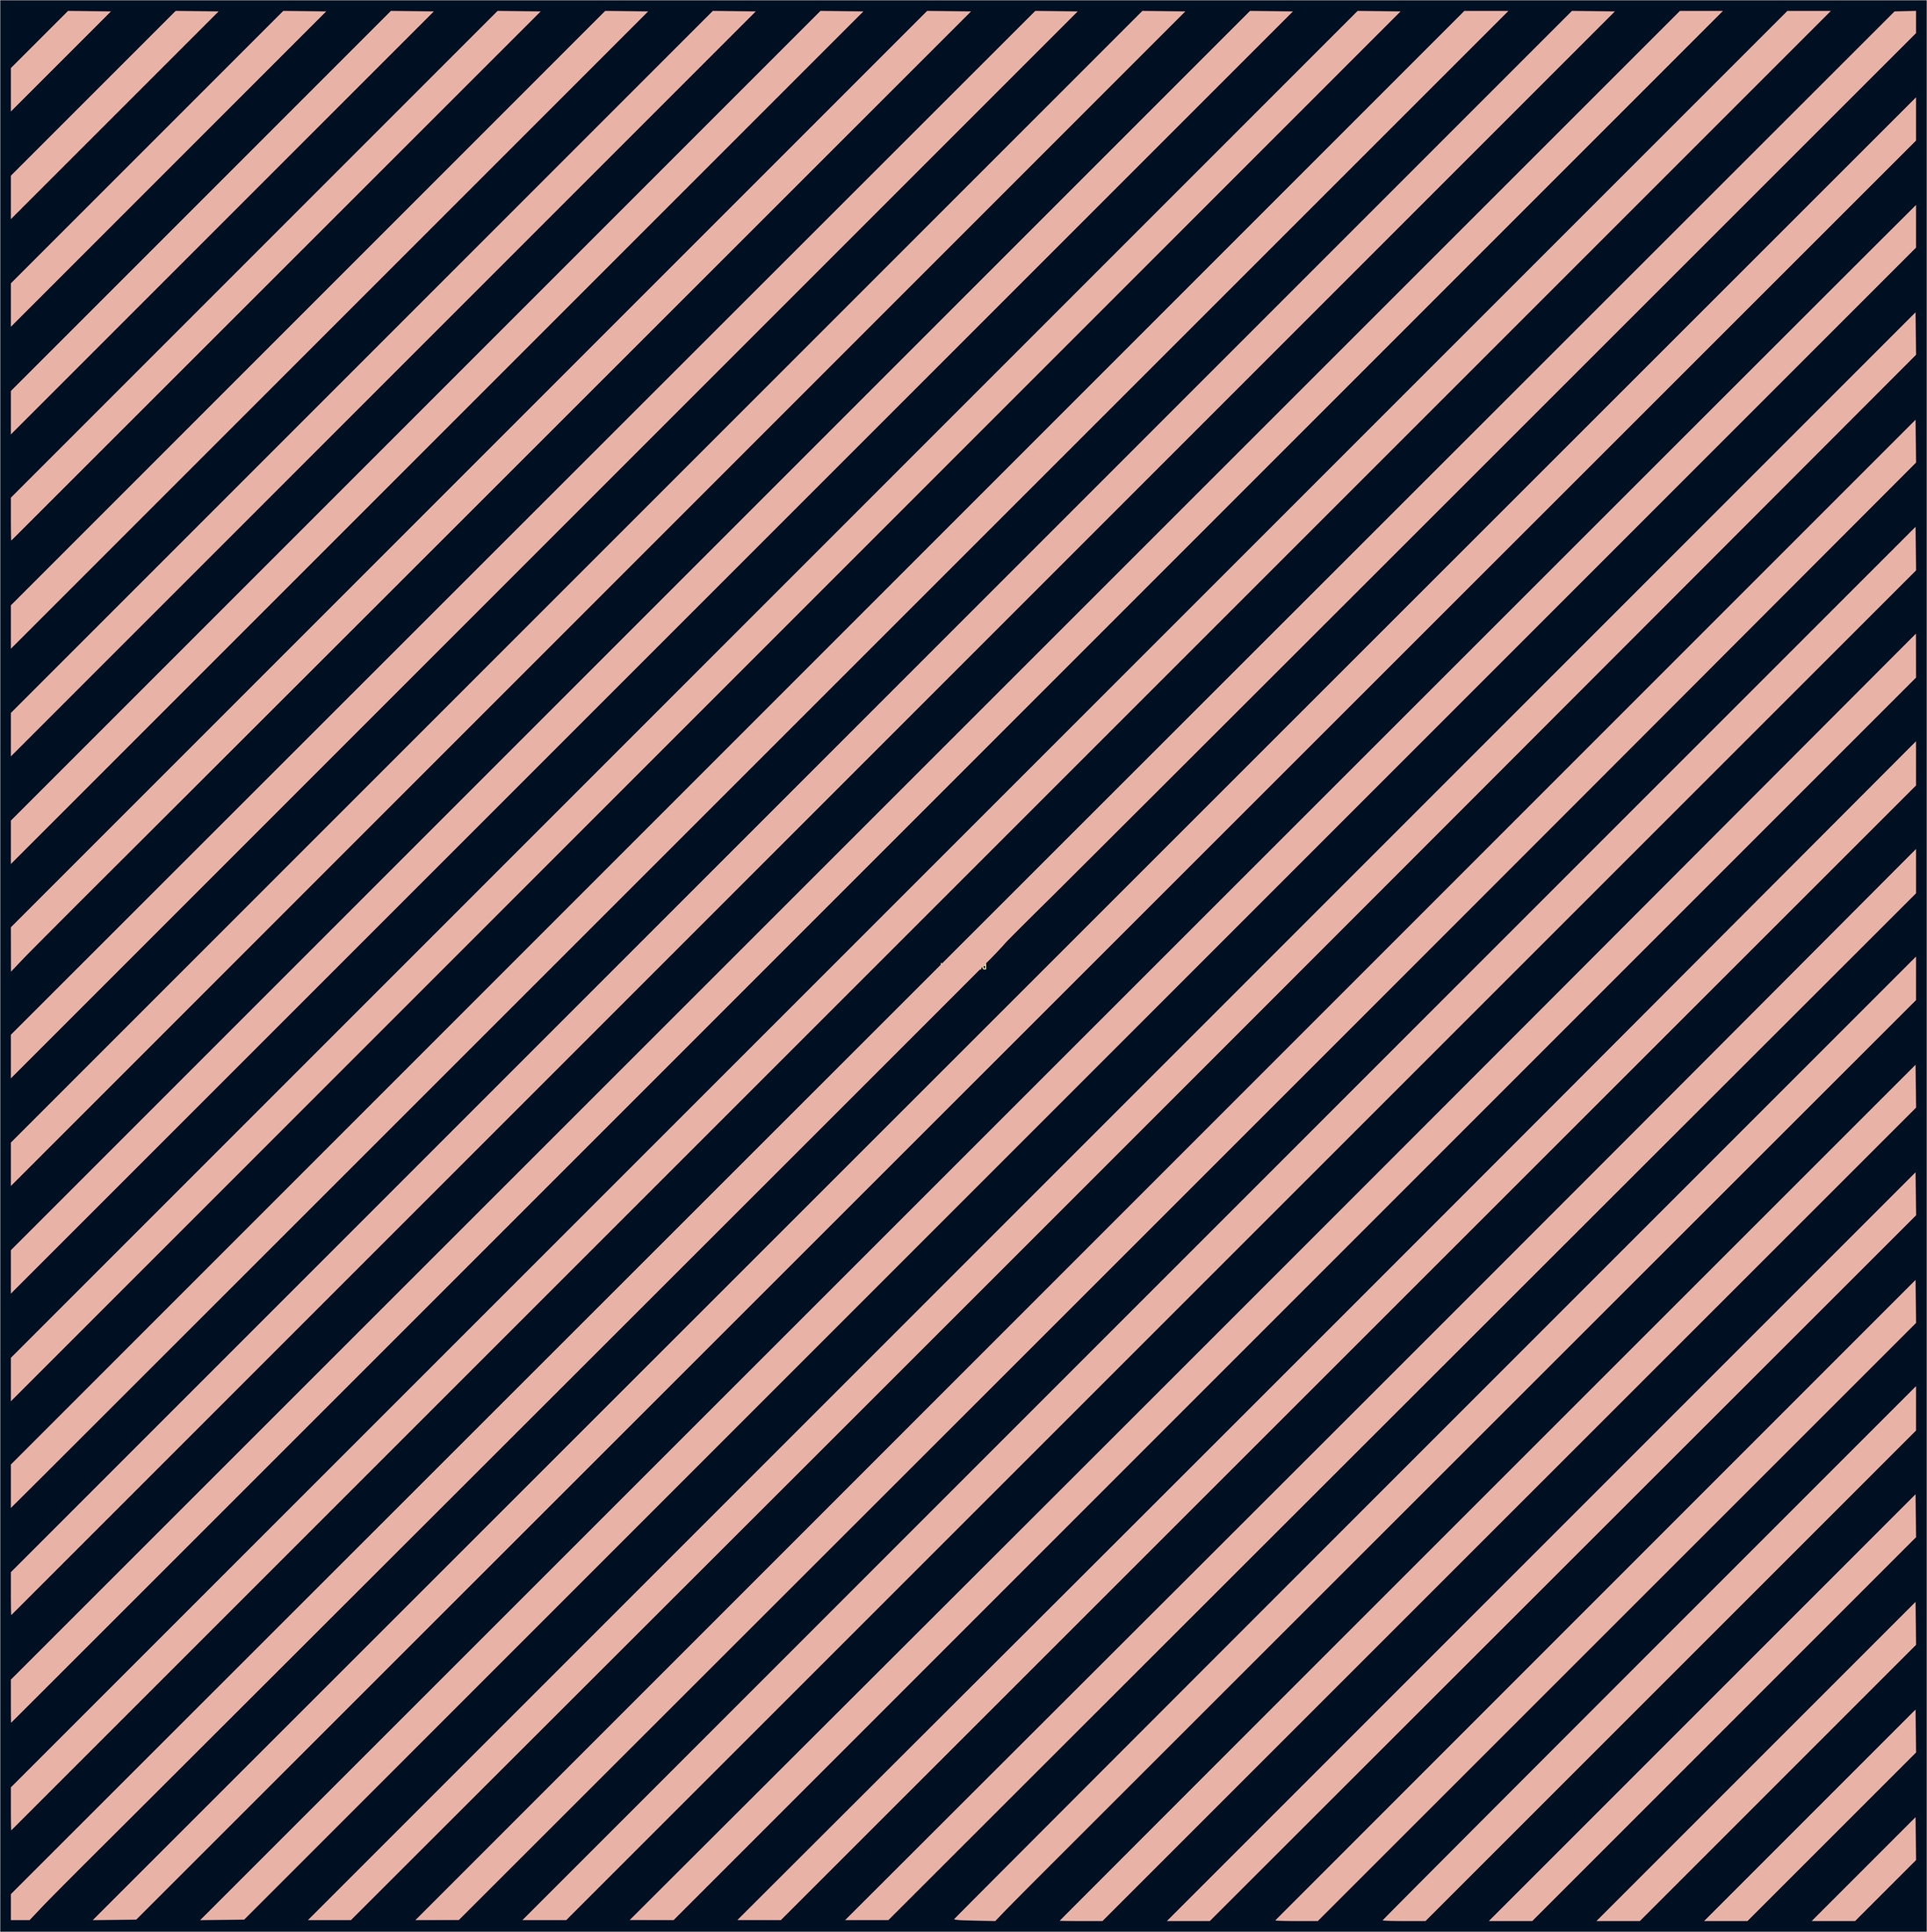
<source format=kicad_pcb>
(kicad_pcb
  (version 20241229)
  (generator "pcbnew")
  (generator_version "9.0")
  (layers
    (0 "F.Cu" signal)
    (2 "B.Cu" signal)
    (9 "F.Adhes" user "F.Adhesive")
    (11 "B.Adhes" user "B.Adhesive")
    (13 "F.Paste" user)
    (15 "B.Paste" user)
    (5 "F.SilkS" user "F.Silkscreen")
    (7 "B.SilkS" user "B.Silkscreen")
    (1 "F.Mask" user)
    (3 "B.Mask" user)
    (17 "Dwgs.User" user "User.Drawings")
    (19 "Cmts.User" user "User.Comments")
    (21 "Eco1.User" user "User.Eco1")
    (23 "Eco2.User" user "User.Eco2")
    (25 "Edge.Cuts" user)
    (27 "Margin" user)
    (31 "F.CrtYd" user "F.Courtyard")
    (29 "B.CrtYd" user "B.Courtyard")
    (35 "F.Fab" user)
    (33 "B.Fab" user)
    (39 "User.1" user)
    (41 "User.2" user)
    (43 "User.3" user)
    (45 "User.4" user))
  (footprint "background"
    (layer "F.Cu")
    (at 266.965 267.775)
    (property "Reference" "background" (at 0 0 0) (layer "F.SilkS") (effects (font (size 1.524 1.524) (thickness 0.3))))
    (attr board_only exclude_from_pos_files exclude_from_bom)
    (fp_poly (pts (xy 266.98 -110.993) (xy 77.833 78.118) (xy -111.315 267.229) (xy -123.601 267.229) (xy 266.832 -123.196)) (stroke (width 0) (type solid)) (fill yes) (layer "B.SilkS"))
    (fp_poly (pts (xy -178.593 -267.626) (xy -222.779 -223.441) (xy -266.965 -179.256) (xy -266.965 -191.427) (xy -228.793 -229.598) (xy -190.621 -267.769)) (stroke (width 0) (type solid)) (fill yes) (layer "B.SilkS"))
    (fp_poly (pts (xy -94.384 -267.697) (xy -88.37 -267.626) (xy -266.965 -89.033) (xy -266.965 -101.203) (xy -183.682 -184.486) (xy -100.399 -267.769)) (stroke (width 0) (type solid)) (fill yes) (layer "B.SilkS"))
    (fp_poly (pts (xy 32.015 -267.626) (xy -117.475 -118.137) (xy -266.965 31.353) (xy -266.965 19.133) (xy -123.415 -124.318) (xy 20.134 -267.768)) (stroke (width 0) (type solid)) (fill yes) (layer "B.SilkS"))
    (fp_poly (pts (xy 266.975 159.93) (xy 213.193 213.712) (xy 159.412 267.494) (xy 147.241 267.494) (xy 207.037 207.697) (xy 266.832 147.901)) (stroke (width 0) (type solid)) (fill yes) (layer "B.SilkS"))
    (fp_poly (pts (xy -244.93 -267.697) (xy -238.916 -267.626) (xy -252.94 -253.604) (xy -266.965 -239.582) (xy -266.965 -251.754) (xy -258.954 -259.761) (xy -250.944 -267.769)) (stroke (width 0) (type solid)) (fill yes) (layer "B.SilkS"))
    (fp_poly (pts (xy -214.769 -267.697) (xy -208.755 -267.626) (xy -237.86 -238.522) (xy -266.965 -209.419) (xy -266.965 -221.59) (xy -243.874 -244.679) (xy -220.783 -267.769)) (stroke (width 0) (type solid)) (fill yes) (layer "B.SilkS"))
    (fp_poly (pts (xy -154.445 -267.697) (xy -148.43 -267.626) (xy -207.697 -208.36) (xy -266.965 -149.093) (xy -266.965 -161.264) (xy -213.712 -214.516) (xy -160.459 -267.769)) (stroke (width 0) (type solid)) (fill yes) (layer "B.SilkS"))
    (fp_poly (pts (xy -64.222 -267.697) (xy -58.208 -267.626) (xy -162.586 -163.248) (xy -266.965 -58.87) (xy -266.965 -71.041) (xy -168.6 -169.405) (xy -70.236 -267.769)) (stroke (width 0) (type solid)) (fill yes) (layer "B.SilkS"))
    (fp_poly (pts (xy -34.059 -267.697) (xy -28.045 -267.626) (xy -147.505 -148.167) (xy -266.965 -28.708) (xy -266.965 -40.878) (xy -153.519 -154.323) (xy -40.074 -267.769)) (stroke (width 0) (type solid)) (fill yes) (layer "B.SilkS"))
    (fp_poly (pts (xy 56.163 -267.697) (xy 62.178 -267.626) (xy -102.393 -103.055) (xy -266.965 61.515) (xy -266.965 49.345) (xy -108.408 -109.212) (xy 50.149 -267.769)) (stroke (width 0) (type solid)) (fill yes) (layer "B.SilkS"))
    (fp_poly (pts (xy 86.327 -267.697) (xy 92.34 -267.626) (xy -87.312 -87.974) (xy -266.965 91.678) (xy -266.965 79.506) (xy -93.326 -94.131) (xy 80.313 -267.769)) (stroke (width 0) (type solid)) (fill yes) (layer "B.SilkS"))
    (fp_poly (pts (xy 116.488 -267.697) (xy 122.503 -267.626) (xy -72.231 -72.893) (xy -266.965 121.84) (xy -266.965 109.67) (xy -78.245 -79.049) (xy 110.474 -267.769)) (stroke (width 0) (type solid)) (fill yes) (layer "B.SilkS"))
    (fp_poly (pts (xy 266.904 244.399) (xy 266.975 250.41) (xy 258.432 258.952) (xy 249.889 267.494) (xy 237.73 267.494) (xy 252.281 252.94) (xy 266.832 238.387)) (stroke (width 0) (type solid)) (fill yes) (layer "B.SilkS"))
    (fp_poly (pts (xy 266.904 184.079) (xy 266.975 190.094) (xy 228.272 228.794) (xy 189.57 267.494) (xy 177.404 267.494) (xy 222.118 222.779) (xy 266.832 178.063)) (stroke (width 0) (type solid)) (fill yes) (layer "B.SilkS"))
    (fp_poly (pts (xy 266.904 214.242) (xy 266.975 220.259) (xy 243.351 243.876) (xy 219.727 267.494) (xy 207.567 267.494) (xy 237.199 237.86) (xy 266.832 208.226)) (stroke (width 0) (type solid)) (fill yes) (layer "B.SilkS"))
    (fp_poly (pts (xy 266.912 63.698) (xy 266.991 69.718) (xy 168.018 168.606) (xy 69.045 267.494) (xy 57.018 267.494) (xy 161.925 162.586) (xy 266.832 57.678)) (stroke (width 0) (type solid)) (fill yes) (layer "B.SilkS"))
    (fp_poly (pts (xy 266.965 -80.944) (xy 92.868 93.142) (xy -81.228 267.229) (xy -93.53 267.205) (xy -2.514 176.362) (xy 4.294 169.567) (xy 11.431 162.44) (xy 18.867 155.014) (xy 26.568 147.322) (xy 34.502 139.395) (xy 42.636 131.268) (xy 50.938 122.971) (xy 59.375 114.538) (xy 67.915 106.002) (xy 76.524 97.395) (xy 85.171 88.749) (xy 93.822 80.097) (xy 102.446 71.472) (xy 111.01 62.906) (xy 119.48 54.432) (xy 127.825 46.083) (xy 136.012 37.89) (xy 144.008 29.887) (xy 151.78 22.107) (xy 159.297 14.581) (xy 166.526 7.342) (xy 173.433 0.424) (xy 177.722 -3.874) (xy 266.941 -93.266)) (stroke (width 0) (type solid)) (fill yes) (layer "B.SilkS"))
    (fp_poly (pts (xy 266.96 -56.914) (xy 266.965 -50.725) (xy -51.171 267.229) (xy -57.269 267.224) (xy -63.368 267.219) (xy 22.55 181.481) (xy 29.101 174.943) (xy 35.949 168.107) (xy 43.064 161.002) (xy 50.414 153.661) (xy 57.966 146.117) (xy 65.69 138.4) (xy 73.553 130.542) (xy 81.524 122.576) (xy 89.571 114.532) (xy 97.661 106.443) (xy 105.765 98.341) (xy 113.848 90.257) (xy 121.88 82.223) (xy 129.83 74.271) (xy 137.664 66.432) (xy 145.352 58.739) (xy 152.862 51.223) (xy 160.161 43.915) (xy 167.219 36.849) (xy 174.003 30.054) (xy 180.482 23.564) (xy 186.623 17.41) (xy 187.712 16.32) (xy 266.955 -63.103)) (stroke (width 0) (type solid)) (fill yes) (layer "B.SilkS"))
    (fp_poly (pts (xy 266.903 -177.356) (xy 266.975 -171.406) (xy 159.395 -63.69) (xy 152.158 -56.445) (xy 144.576 -48.854) (xy 136.676 -40.948) (xy 128.49 -32.755) (xy 120.044 -24.303) (xy 111.368 -15.623) (xy 102.491 -6.741) (xy 93.442 2.311) (xy 84.25 11.506) (xy 74.943 20.815) (xy 65.551 30.209) (xy 56.102 39.658) (xy 46.626 49.135) (xy 37.151 58.609) (xy 27.706 68.053) (xy 18.32 77.437) (xy 9.022 86.732) (xy -0.159 95.909) (xy -9.194 104.94) (xy -18.054 113.796) (xy -26.711 122.447) (xy -35.135 130.865) (xy -43.298 139.021) (xy -51.171 146.886) (xy -58.724 154.43) (xy -59.923 155.627) (xy -171.66 267.229) (xy -183.707 267.229) (xy 41.563 41.961) (xy 266.832 -183.307)) (stroke (width 0) (type solid)) (fill yes) (layer "B.SilkS"))
    (fp_poly (pts (xy 266.968 -26.709) (xy 266.971 -20.505) (xy 122.968 123.36) (xy -21.034 267.225) (xy -27.1 267.227) (xy -33.165 267.229) (xy 60.056 174.162) (xy 66.518 167.71) (xy 73.126 161.111) (xy 79.857 154.388) (xy 86.688 147.565) (xy 93.597 140.662) (xy 100.562 133.703) (xy 107.559 126.71) (xy 114.567 119.706) (xy 121.562 112.714) (xy 128.523 105.755) (xy 135.427 98.852) (xy 142.251 92.029) (xy 148.973 85.306) (xy 155.57 78.707) (xy 162.019 72.255) (xy 168.299 65.972) (xy 174.387 59.88) (xy 180.26 54.001) (xy 185.896 48.36) (xy 191.272 42.977) (xy 196.366 37.875) (xy 201.155 33.078) (xy 205.616 28.607) (xy 209.728 24.485) (xy 210.121 24.091) (xy 266.965 -32.914)) (stroke (width 0) (type solid)) (fill yes) (layer "B.SilkS"))
    (fp_poly (pts (xy 266.965 130.043) (xy 198.229 198.768) (xy 129.494 267.494) (xy 123.485 267.494) (xy 121.765 267.485) (xy 120.238 267.462) (xy 118.976 267.426) (xy 118.055 267.38) (xy 117.55 267.326) (xy 117.475 267.295) (xy 117.66 267.096) (xy 118.207 266.536) (xy 119.103 265.626) (xy 120.336 264.38) (xy 121.892 262.811) (xy 123.761 260.93) (xy 125.928 258.75) (xy 128.382 256.285) (xy 131.11 253.546) (xy 134.1 250.546) (xy 137.338 247.297) (xy 140.813 243.813) (xy 144.512 240.106) (xy 148.422 236.188) (xy 152.53 232.072) (xy 156.825 227.77) (xy 161.294 223.296) (xy 165.924 218.661) (xy 170.702 213.878) (xy 175.617 208.96) (xy 180.655 203.919) (xy 185.804 198.769) (xy 191.051 193.52) (xy 192.22 192.352) (xy 266.965 117.608)) (stroke (width 0) (type solid)) (fill yes) (layer "B.SilkS"))
    (fp_poly (pts (xy -124.523 -267.697) (xy -118.485 -267.626) (xy -192.608 -193.543) (xy -197.855 -188.299) (xy -203.006 -183.151) (xy -208.049 -178.11) (xy -212.972 -173.19) (xy -217.762 -168.402) (xy -222.407 -163.761) (xy -226.892 -159.278) (xy -231.208 -154.965) (xy -235.339 -150.836) (xy -239.274 -146.903) (xy -243.001 -143.179) (xy -246.506 -139.676) (xy -249.777 -136.407) (xy -252.802 -133.384) (xy -255.567 -130.62) (xy -258.061 -128.129) (xy -260.27 -125.921) (xy -262.182 -124.011) (xy -263.784 -122.41) (xy -265.064 -121.131) (xy -266.009 -120.186) (xy -266.607 -119.59) (xy -266.844 -119.353) (xy -266.848 -119.349) (xy -266.881 -119.569) (xy -266.911 -120.246) (xy -266.935 -121.308) (xy -266.953 -122.682) (xy -266.963 -124.296) (xy -266.965 -125.302) (xy -266.965 -131.366) (xy -198.763 -199.567) (xy -130.561 -267.769)) (stroke (width 0) (type solid)) (fill yes) (layer "B.SilkS"))
    (fp_poly (pts (xy 266.975 -141.202) (xy 192.317 -66.434) (xy 187.817 -61.927) (xy 182.96 -57.065) (xy 177.767 -51.866) (xy 172.254 -46.349) (xy 166.441 -40.531) (xy 160.345 -34.431) (xy 153.986 -28.068) (xy 147.381 -21.461) (xy 140.55 -14.626) (xy 133.51 -7.584) (xy 126.28 -0.353) (xy 118.879 7.05) (xy 111.325 14.605) (xy 103.636 22.294) (xy 95.831 30.1) (xy 87.928 38.002) (xy 79.946 45.983) (xy 71.903 54.025) (xy 63.818 62.108) (xy 55.709 70.215) (xy 47.595 78.327) (xy 39.493 86.426) (xy 31.423 94.493) (xy 23.402 102.509) (xy 15.45 110.457) (xy 7.585 118.318) (xy -0.175 126.073) (xy -7.812 133.704) (xy -11.88 137.769) (xy -141.42 267.204) (xy -147.505 267.217) (xy -153.59 267.229) (xy 56.621 57.017) (xy 266.832 -153.194)) (stroke (width 0) (type solid)) (fill yes) (layer "B.SilkS"))
    (fp_poly (pts (xy 266.905 93.863) (xy 266.977 99.88) (xy 183.145 183.687) (xy 99.313 267.494) (xy 93.268 267.494) (xy 91.557 267.486) (xy 90.05 267.462) (xy 88.817 267.427) (xy 87.931 267.381) (xy 87.462 267.328) (xy 87.409 267.295) (xy 87.606 267.097) (xy 88.166 266.536) (xy 89.077 265.624) (xy 90.328 264.373) (xy 91.907 262.793) (xy 93.803 260.896) (xy 96.004 258.694) (xy 98.499 256.198) (xy 101.277 253.42) (xy 104.325 250.37) (xy 107.633 247.062) (xy 111.188 243.505) (xy 114.98 239.712) (xy 118.998 235.694) (xy 123.228 231.463) (xy 127.661 227.029) (xy 132.284 222.405) (xy 137.086 217.602) (xy 142.056 212.632) (xy 147.182 207.505) (xy 152.453 202.233) (xy 157.857 196.829) (xy 163.383 191.303) (xy 169.018 185.666) (xy 174.753 179.931) (xy 177.213 177.471) (xy 266.832 87.845)) (stroke (width 0) (type solid)) (fill yes) (layer "B.SilkS"))
    (fp_poly (pts (xy 266.965 -231.429) (xy 17.567 17.834) (xy -231.831 267.097) (xy -244.019 267.239) (xy -66.116 89.407) (xy -57.452 80.746) (xy -48.713 72.01) (xy -39.912 63.213) (xy -31.064 54.368) (xy -22.181 45.489) (xy -13.278 36.589) (xy -4.367 27.682) (xy 4.537 18.781) (xy 13.421 9.901) (xy 22.271 1.054) (xy 31.074 -7.745) (xy 39.815 -16.484) (xy 48.483 -25.148) (xy 57.062 -33.724) (xy 65.54 -42.198) (xy 73.902 -50.557) (xy 82.135 -58.787) (xy 90.226 -66.875) (xy 98.161 -74.806) (xy 105.926 -82.569) (xy 113.508 -90.147) (xy 120.893 -97.53) (xy 128.067 -104.701) (xy 135.017 -111.649) (xy 141.73 -118.359) (xy 148.192 -124.818) (xy 154.388 -131.012) (xy 160.306 -136.928) (xy 165.932 -142.552) (xy 171.253 -147.87) (xy 176.254 -152.87) (xy 180.922 -157.536) (xy 185.244 -161.856) (xy 189.206 -165.817) (xy 189.376 -165.987) (xy 266.965 -243.548)) (stroke (width 0) (type solid)) (fill yes) (layer "B.SilkS"))
    (fp_poly (pts (xy 266.981 39.555) (xy 152.973 153.524) (xy 38.965 267.494) (xy 32.976 267.494) (xy 31.26 267.49) (xy 29.736 267.478) (xy 28.478 267.461) (xy 27.561 267.438) (xy 27.059 267.412) (xy 26.988 267.397) (xy 27.173 267.206) (xy 27.723 266.651) (xy 28.627 265.742) (xy 29.876 264.488) (xy 31.46 262.9) (xy 33.368 260.988) (xy 35.592 258.76) (xy 38.12 256.228) (xy 40.943 253.401) (xy 44.052 250.289) (xy 47.436 246.902) (xy 51.085 243.25) (xy 54.99 239.343) (xy 59.141 235.19) (xy 63.527 230.802) (xy 68.139 226.188) (xy 72.967 221.359) (xy 78.001 216.324) (xy 83.231 211.093) (xy 88.647 205.676) (xy 94.24 200.083) (xy 99.999 194.324) (xy 105.915 188.409) (xy 111.977 182.347) (xy 118.176 176.149) (xy 124.502 169.824) (xy 130.944 163.383) (xy 137.494 156.835) (xy 144.141 150.19) (xy 146.91 147.423) (xy 266.832 27.545)) (stroke (width 0) (type solid)) (fill yes) (layer "B.SilkS"))
    (fp_poly (pts (xy -48.213 -66.873) (xy -56.928 -58.16) (xy -65.569 -49.522) (xy -74.126 -40.967) (xy -82.591 -32.504) (xy -90.957 -24.141) (xy -99.215 -15.886) (xy -107.357 -7.746) (xy -115.375 0.27) (xy -123.262 8.153) (xy -131.008 15.896) (xy -138.606 23.491) (xy -146.047 30.93) (xy -153.324 38.204) (xy -160.428 45.306) (xy -167.352 52.227) (xy -174.087 58.959) (xy -180.625 65.494) (xy -186.958 71.825) (xy -193.078 77.942) (xy -198.977 83.838) (xy -204.647 89.505) (xy -210.079 94.934) (xy -215.266 100.118) (xy -220.199 105.048) (xy -224.87 109.717) (xy -229.272 114.116) (xy -233.396 118.237) (xy -237.233 122.072) (xy -240.777 125.614) (xy -244.018 128.852) (xy -246.95 131.781) (xy -249.562 134.391) (xy -251.849 136.675) (xy -253.8 138.625) (xy -255.409 140.231) (xy -256.667 141.487) (xy -257.566 142.384) (xy -258.057 142.874) (xy -266.965 151.736) (xy -266.965 139.566) (xy 140.371 -267.758) (xy 152.725 -267.758)) (stroke (width 0) (type solid)) (fill yes) (layer "B.SilkS"))
    (fp_poly (pts (xy 266.965 -201.433) (xy -201.58 267.097) (xy -213.916 267.238) (xy 14.967 38.435) (xy 24.279 29.126) (xy 33.519 19.89) (xy 42.679 10.734) (xy 51.75 1.666) (xy 60.726 -7.307) (xy 69.598 -16.176) (xy 78.36 -24.934) (xy 87.003 -33.573) (xy 95.52 -42.087) (xy 103.903 -50.466) (xy 112.144 -58.704) (xy 120.237 -66.793) (xy 128.172 -74.725) (xy 135.943 -82.492) (xy 143.542 -90.087) (xy 150.961 -97.503) (xy 158.193 -104.731) (xy 165.229 -111.764) (xy 172.063 -118.594) (xy 178.686 -125.214) (xy 185.092 -131.616) (xy 191.271 -137.792) (xy 197.217 -143.735) (xy 202.923 -149.437) (xy 208.379 -154.89) (xy 213.579 -160.087) (xy 218.516 -165.02) (xy 223.18 -169.681) (xy 227.566 -174.064) (xy 231.664 -178.159) (xy 235.468 -181.96) (xy 238.97 -185.459) (xy 242.161 -188.648) (xy 245.036 -191.519) (xy 247.585 -194.066) (xy 249.801 -196.279) (xy 251.676 -198.152) (xy 253.204 -199.678) (xy 254.375 -200.847) (xy 255.184 -201.653) (xy 255.407 -201.876) (xy 266.965 -213.384)) (stroke (width 0) (type solid)) (fill yes) (layer "B.SilkS"))
    (fp_poly (pts (xy -4.025 -267.697) (xy 2.127 -267.626) (xy -105.101 -160.459) (xy -111.622 -153.942) (xy -118.13 -147.438) (xy -124.611 -140.962) (xy -131.05 -134.528) (xy -137.433 -128.149) (xy -143.748 -121.84) (xy -149.98 -115.614) (xy -156.115 -109.484) (xy -162.139 -103.465) (xy -168.04 -97.571) (xy -173.802 -91.815) (xy -179.412 -86.211) (xy -184.857 -80.772) (xy -190.123 -75.513) (xy -195.195 -70.448) (xy -200.06 -65.589) (xy -204.704 -60.951) (xy -209.114 -56.549) (xy -213.275 -52.394) (xy -217.174 -48.502) (xy -220.797 -44.885) (xy -224.131 -41.559) (xy -227.16 -38.536) (xy -229.872 -35.83) (xy -232.253 -33.456) (xy -234.289 -31.426) (xy -235.966 -29.756) (xy -236.141 -29.582) (xy -239.174 -26.561) (xy -242.15 -23.592) (xy -245.044 -20.704) (xy -247.828 -17.923) (xy -250.475 -15.275) (xy -252.958 -12.789) (xy -255.25 -10.49) (xy -257.326 -8.406) (xy -259.156 -6.564) (xy -260.716 -4.99) (xy -261.978 -3.713) (xy -262.914 -2.757) (xy -263.445 -2.208) (xy -266.938 1.455) (xy -266.951 -4.763) (xy -266.965 -10.98) (xy -138.57 -139.374) (xy -10.176 -267.768)) (stroke (width 0) (type solid)) (fill yes) (layer "B.SilkS"))
    (fp_poly (pts (xy 182.564 -267.626) (xy -42.079 -42.995) (xy -51.244 -33.831) (xy -60.318 -24.757) (xy -69.294 -15.781) (xy -78.166 -6.91) (xy -86.926 1.85) (xy -95.567 10.49) (xy -104.082 19.004) (xy -112.463 27.385) (xy -120.703 35.625) (xy -128.796 43.716) (xy -136.732 51.652) (xy -144.507 59.426) (xy -152.111 67.03) (xy -159.539 74.457) (xy -166.782 81.7) (xy -173.834 88.751) (xy -180.687 95.603) (xy -187.334 102.25) (xy -193.768 108.683) (xy -199.982 114.896) (xy -205.968 120.882) (xy -211.719 126.632) (xy -217.228 132.141) (xy -222.488 137.4) (xy -227.491 142.402) (xy -232.23 147.141) (xy -236.698 151.609) (xy -240.888 155.798) (xy -244.793 159.702) (xy -248.405 163.313) (xy -251.716 166.624) (xy -254.721 169.628) (xy -257.411 172.318) (xy -259.779 174.686) (xy -261.819 176.725) (xy -263.522 178.428) (xy -264.882 179.787) (xy -265.892 180.796) (xy -266.543 181.447) (xy -266.83 181.733) (xy -266.843 181.747) (xy -266.878 181.527) (xy -266.909 180.85) (xy -266.934 179.788) (xy -266.952 178.414) (xy -266.963 176.8) (xy -266.965 175.793) (xy -266.965 169.729) (xy -48.214 -49.02) (xy 170.537 -267.769)) (stroke (width 0) (type solid)) (fill yes) (layer "B.SilkS"))
    (fp_poly (pts (xy -26.988 -27.914) (xy -36.458 -18.443) (xy -45.838 -9.063) (xy -55.121 0.219) (xy -64.3 9.398) (xy -73.368 18.466) (xy -82.318 27.415) (xy -91.143 36.24) (xy -99.836 44.932) (xy -108.39 53.485) (xy -116.798 61.892) (xy -125.052 70.146) (xy -133.147 78.239) (xy -141.075 86.166) (xy -148.829 93.919) (xy -156.401 101.49) (xy -163.786 108.873) (xy -170.976 116.062) (xy -177.964 123.048) (xy -184.742 129.825) (xy -191.305 136.386) (xy -197.645 142.724) (xy -203.754 148.832) (xy -209.627 154.702) (xy -215.255 160.329) (xy -220.633 165.705) (xy -225.753 170.823) (xy -230.607 175.675) (xy -235.19 180.256) (xy -239.494 184.557) (xy -243.511 188.573) (xy -247.236 192.295) (xy -250.661 195.718) (xy -253.779 198.833) (xy -256.582 201.634) (xy -259.065 204.115) (xy -261.22 206.267) (xy -263.04 208.085) (xy -264.518 209.56) (xy -265.647 210.686) (xy -266.42 211.457) (xy -266.83 211.864) (xy -266.898 211.931) (xy -266.917 211.679) (xy -266.934 210.972) (xy -266.948 209.884) (xy -266.958 208.489) (xy -266.964 206.861) (xy -266.965 205.888) (xy -266.965 199.845) (xy -33.087 -33.957) (xy 200.792 -267.758) (xy 212.857 -267.758)) (stroke (width 0) (type solid)) (fill yes) (layer "B.SilkS"))
    (fp_poly (pts (xy -11.821 -12.898) (xy -21.587 -3.135) (xy -31.263 6.538) (xy -40.842 16.115) (xy -50.318 25.589) (xy -59.683 34.952) (xy -68.932 44.199) (xy -78.057 53.322) (xy -87.051 62.314) (xy -95.908 71.169) (xy -104.621 79.88) (xy -113.183 88.44) (xy -121.587 96.842) (xy -129.827 105.08) (xy -137.895 113.147) (xy -145.786 121.035) (xy -153.491 128.739) (xy -161.005 136.251) (xy -168.321 143.565) (xy -175.431 150.674) (xy -182.329 157.57) (xy -189.009 164.248) (xy -195.462 170.7) (xy -201.684 176.92) (xy -207.666 182.901) (xy -213.402 188.636) (xy -218.886 194.118) (xy -224.109 199.341) (xy -229.067 204.297) (xy -233.751 208.98) (xy -238.156 213.383) (xy -242.274 217.5) (xy -246.098 221.323) (xy -249.622 224.846) (xy -252.838 228.062) (xy -255.741 230.965) (xy -258.324 233.546) (xy -260.578 235.8) (xy -262.499 237.72) (xy -264.078 239.299) (xy -265.31 240.53) (xy -266.187 241.407) (xy -266.702 241.922) (xy -266.852 242.072) (xy -266.884 241.852) (xy -266.912 241.175) (xy -266.936 240.113) (xy -266.953 238.738) (xy -266.963 237.123) (xy -266.965 236.106) (xy -266.965 230.03) (xy -18.03 -18.864) (xy 230.904 -267.758) (xy 243.096 -267.758)) (stroke (width 0) (type solid)) (fill yes) (layer "B.SilkS"))
    (fp_poly (pts (xy 266.965 3.328) (xy 266.965 9.434) (xy 148.762 127.548) (xy 142.059 134.245) (xy 135.425 140.875) (xy 128.869 147.425) (xy 122.404 153.886) (xy 116.04 160.245) (xy 109.787 166.493) (xy 103.658 172.618) (xy 97.663 178.609) (xy 91.812 184.455) (xy 86.117 190.146) (xy 80.589 195.67) (xy 75.239 201.016) (xy 70.077 206.174) (xy 65.115 211.133) (xy 60.363 215.881) (xy 55.832 220.408) (xy 51.535 224.703) (xy 47.48 228.755) (xy 43.68 232.552) (xy 40.145 236.085) (xy 36.886 239.341) (xy 33.914 242.311) (xy 31.24 244.983) (xy 28.876 247.346) (xy 26.831 249.389) (xy 25.117 251.102) (xy 23.745 252.473) (xy 22.726 253.491) (xy 22.087 254.13) (xy 20.238 255.981) (xy 18.419 257.805) (xy 16.683 259.551) (xy 15.083 261.165) (xy 13.671 262.593) (xy 12.499 263.784) (xy 11.619 264.684) (xy 11.269 265.046) (xy 8.924 267.494) (xy 5.984 267.438) (xy 4.365 267.403) (xy 2.542 267.36) (xy 0.816 267.314) (xy 0.179 267.296) (xy -1.11 267.235) (xy -2.034 267.142) (xy -2.53 267.026) (xy -2.596 266.948) (xy -2.406 266.749) (xy -1.851 266.185) (xy -0.94 265.265) (xy 0.316 264) (xy 1.91 262.397) (xy 3.831 260.468) (xy 6.071 258.22) (xy 8.619 255.664) (xy 11.467 252.808) (xy 14.605 249.663) (xy 18.023 246.237) (xy 21.713 242.54) (xy 25.666 238.581) (xy 29.871 234.369) (xy 34.319 229.914) (xy 39.002 225.226) (xy 43.909 220.313) (xy 49.031 215.185) (xy 54.36 209.851) (xy 59.886 204.321) (xy 65.598 198.604) (xy 71.489 192.71) (xy 77.548 186.647) (xy 83.767 180.425) (xy 90.136 174.053) (xy 96.645 167.542) (xy 103.286 160.899) (xy 110.049 154.135) (xy 116.924 147.259) (xy 123.903 140.28) (xy 130.975 133.207) (xy 132.229 131.954) (xy 266.966 -2.778)) (stroke (width 0) (type solid)) (fill yes) (layer "B.SilkS"))
    (fp_poly (pts (xy 266.965 -261.54) (xy 150.746 -145.372) (xy 144.079 -138.707) (xy 137.471 -132.103) (xy 130.935 -125.571) (xy 124.481 -119.121) (xy 118.121 -112.766) (xy 111.866 -106.516) (xy 105.728 -100.384) (xy 99.717 -94.379) (xy 93.847 -88.515) (xy 88.126 -82.801) (xy 82.569 -77.25) (xy 77.184 -71.873) (xy 71.985 -66.681) (xy 66.981 -61.685) (xy 62.186 -56.897) (xy 57.609 -52.328) (xy 53.262 -47.99) (xy 49.158 -43.894) (xy 45.306 -40.051) (xy 41.719 -36.472) (xy 38.408 -33.17) (xy 35.384 -30.155) (xy 32.659 -27.438) (xy 30.243 -25.032) (xy 28.149 -22.947) (xy 26.388 -21.194) (xy 24.971 -19.786) (xy 23.909 -18.733) (xy 23.416 -18.246) (xy 21.38 -16.236) (xy 19.441 -14.315) (xy 17.634 -12.519) (xy 15.994 -10.884) (xy 14.559 -9.446) (xy 13.363 -8.24) (xy 12.442 -7.303) (xy 11.832 -6.67) (xy 11.585 -6.398) (xy 11.141 -5.887) (xy 10.415 -5.094) (xy 9.496 -4.116) (xy 8.474 -3.048) (xy 8.126 -2.688) (xy 7.755 -2.312) (xy 7.022 -1.575) (xy 5.939 -0.488) (xy 4.518 0.936) (xy 2.772 2.686) (xy 0.711 4.749) (xy -1.651 7.114) (xy -4.303 9.767) (xy -7.232 12.698) (xy -10.427 15.893) (xy -13.875 19.341) (xy -17.563 23.03) (xy -21.481 26.947) (xy -25.615 31.081) (xy -29.954 35.418) (xy -34.485 39.948) (xy -39.197 44.658) (xy -44.077 49.536) (xy -49.113 54.57) (xy -54.292 59.747) (xy -59.604 65.055) (xy -65.036 70.484) (xy -70.575 76.019) (xy -76.209 81.649) (xy -81.927 87.363) (xy -87.716 93.148) (xy -93.564 98.991) (xy -99.459 104.881) (xy -105.388 110.806) (xy -111.341 116.753) (xy -117.303 122.71) (xy -123.265 128.666) (xy -129.212 134.607) (xy -135.134 140.523) (xy -141.017 146.4) (xy -146.851 152.228) (xy -152.622 157.992) (xy -158.319 163.683) (xy -163.929 169.286) (xy -169.441 174.791) (xy -174.842 180.185) (xy -180.119 185.456) (xy -185.262 190.592) (xy -190.258 195.581) (xy -195.094 200.411) (xy -199.759 205.068) (xy -204.241 209.543) (xy -208.527 213.821) (xy -212.604 217.892) (xy -216.462 221.743) (xy -220.088 225.362) (xy -223.47 228.736) (xy -226.595 231.855) (xy -229.452 234.705) (xy -232.028 237.274) (xy -234.311 239.551) (xy -236.29 241.523) (xy -237.951 243.178) (xy -239.284 244.504) (xy -239.977 245.193) (xy -242.4 247.602) (xy -244.791 249.986) (xy -247.113 252.305) (xy -249.327 254.523) (xy -251.394 256.599) (xy -253.277 258.495) (xy -254.937 260.173) (xy -256.335 261.593) (xy -257.433 262.719) (xy -258.188 263.504) (xy -261.714 267.229) (xy -266.965 267.229) (xy -266.964 263.591) (xy -266.964 259.953) (xy -3.005 -3.836) (xy 260.955 -267.626) (xy 266.965 -267.775)) (stroke (width 0) (type solid)) (fill yes) (layer "B.SilkS")))
  (gr_rect
    (start -3 -3)
    (end 536.956 538.269)
    (stroke (width 0.1) (type default))
    (fill no)
    (layer "Edge.Cuts")))
</source>
